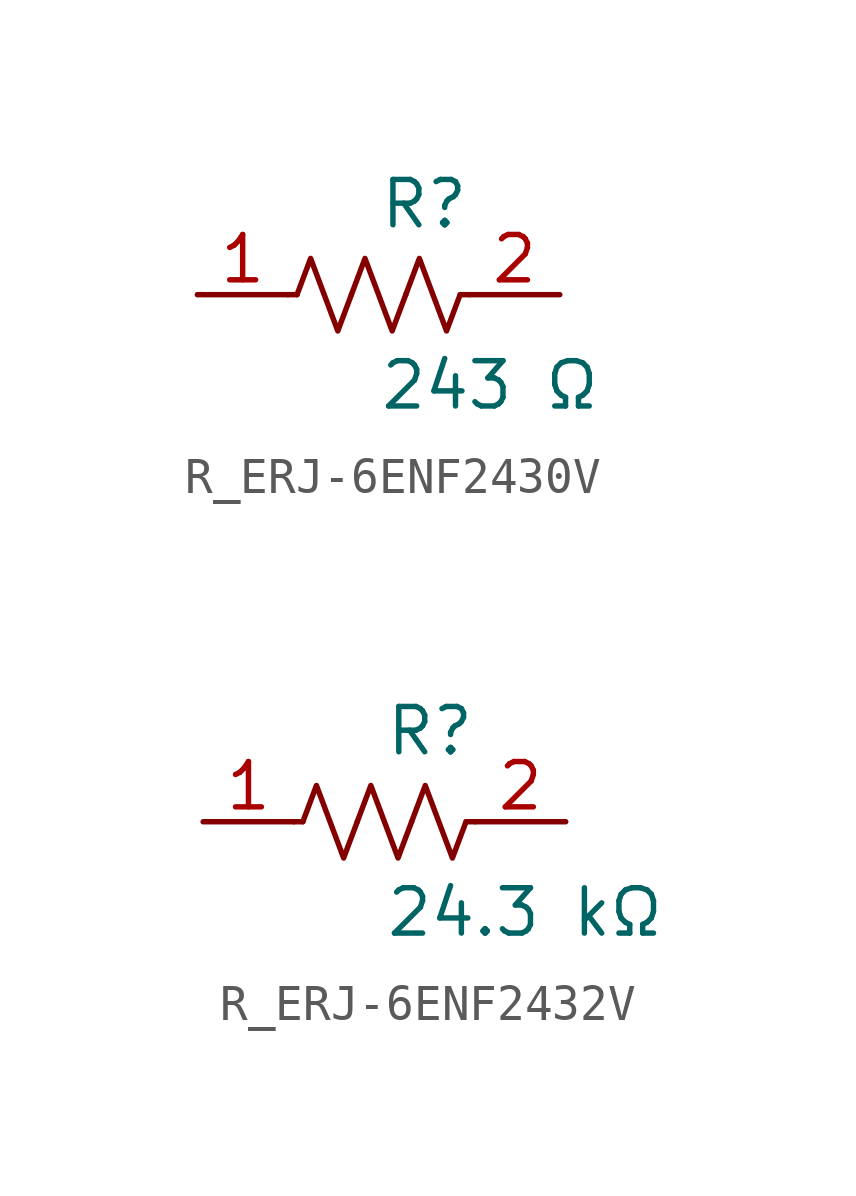
<source format=kicad_sym>
(kicad_symbol_lib
  (version 20231120)
  (generator kicad_symbol_editor)
  (generator_version 8.0)
  (symbol "R_ERJ-6ENF2430V"
    (pin_names
      (offset 0.254))
    (property "Reference" "R"
      (at 0.0 2.54 0)
      (effects (font (size 1.27 1.27)) (justify left)))
    (property "Value" "243 Ω"
      (at 0.0 -2.54 0)
      (effects (font (size 1.27 1.27)) (justify left)))
    (symbol "R_ERJ-6ENF2430V_0_1"
      (polyline (pts (xy 2.286 0) (xy 2.54 0)) (stroke (width 0) (type default)) (fill (type none)))
      (polyline (pts (xy -2.286 0) (xy -2.54 0)) (stroke (width 0) (type default)) (fill (type none)))
      (polyline (pts (xy 0.762 0) (xy 1.143 1.016) (xy 1.524 0) (xy 1.905 -1.016) (xy 2.286 0)) (stroke (width 0) (type default)) (fill (type none)))
      (polyline (pts (xy -0.762 0) (xy -0.381 1.016) (xy 0 0) (xy 0.381 -1.016) (xy 0.762 0)) (stroke (width 0) (type default)) (fill (type none)))
      (polyline (pts (xy -2.286 0) (xy -1.905 1.016) (xy -1.524 0) (xy -1.143 -1.016) (xy -0.762 0)) (stroke (width 0) (type default)) (fill (type none))))
    (pin unspecified line
      (at -5.08 0 0)
      (length 2.54)
      (name "" (effects (font (size 1.27 1.27))))
      (number "1" (effects (font (size 1.27 1.27)))))
    (pin unspecified line
      (at 5.08 0 180)
      (length 2.54)
      (name "" (effects (font (size 1.27 1.27))))
      (number "2" (effects (font (size 1.27 1.27))))))
  (symbol "R_ERJ-6ENF2432V"
    (pin_names
      (offset 0.254))
    (property "Reference" "R"
      (at 0.0 2.54 0)
      (effects (font (size 1.27 1.27)) (justify left)))
    (property "Value" "24.3 kΩ"
      (at 0.0 -2.54 0)
      (effects (font (size 1.27 1.27)) (justify left)))
    (symbol "R_ERJ-6ENF2432V_0_1"
      (polyline (pts (xy 2.286 0) (xy 2.54 0)) (stroke (width 0) (type default)) (fill (type none)))
      (polyline (pts (xy -2.286 0) (xy -2.54 0)) (stroke (width 0) (type default)) (fill (type none)))
      (polyline (pts (xy 0.762 0) (xy 1.143 1.016) (xy 1.524 0) (xy 1.905 -1.016) (xy 2.286 0)) (stroke (width 0) (type default)) (fill (type none)))
      (polyline (pts (xy -0.762 0) (xy -0.381 1.016) (xy 0 0) (xy 0.381 -1.016) (xy 0.762 0)) (stroke (width 0) (type default)) (fill (type none)))
      (polyline (pts (xy -2.286 0) (xy -1.905 1.016) (xy -1.524 0) (xy -1.143 -1.016) (xy -0.762 0)) (stroke (width 0) (type default)) (fill (type none))))
    (pin unspecified line
      (at -5.08 0 0)
      (length 2.54)
      (name "" (effects (font (size 1.27 1.27))))
      (number "1" (effects (font (size 1.27 1.27)))))
    (pin unspecified line
      (at 5.08 0 180)
      (length 2.54)
      (name "" (effects (font (size 1.27 1.27))))
      (number "2" (effects (font (size 1.27 1.27)))))))
</source>
